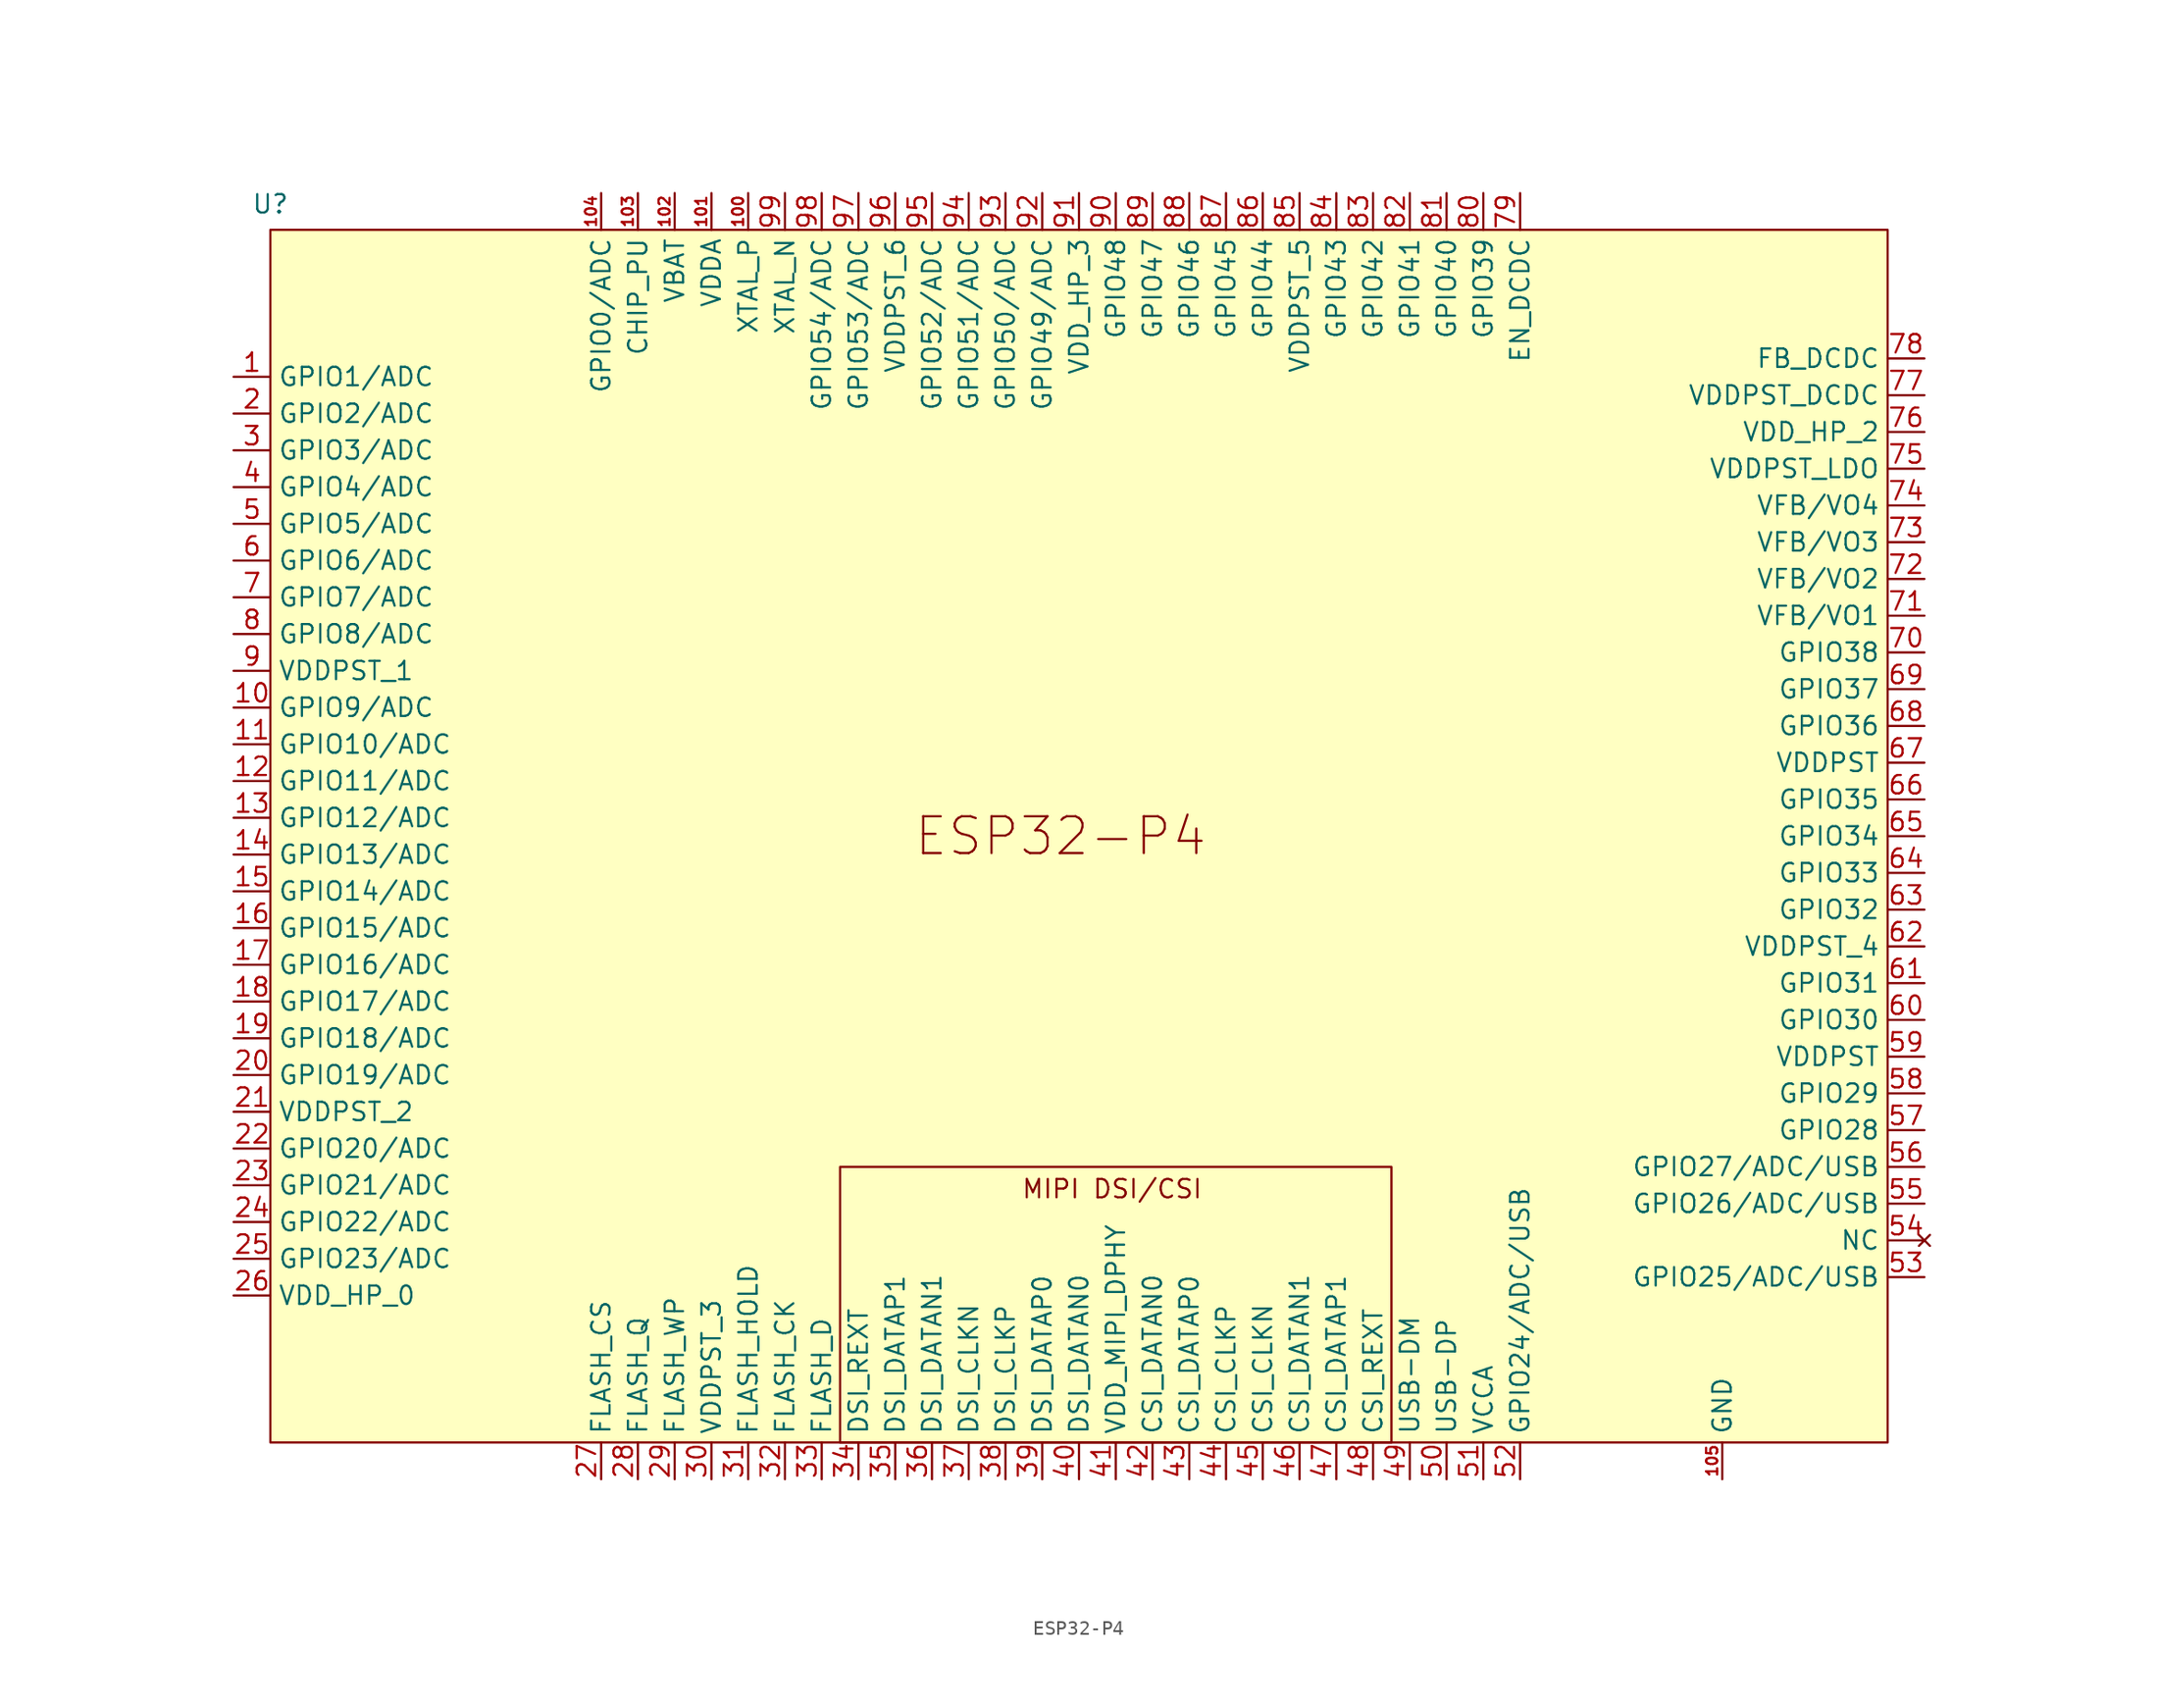
<source format=kicad_sym>
(kicad_symbol_lib
  (version 20231120)
  (generator "kicad_symbol_editor")
  (generator_version "8.0")
  (symbol "ESP32-P4"
    (property "Reference" "U"
      (at -54.61 43.688 0)
      (effects (font (size 1.27 1.27))))
    (property "Value" ""
      (at -54.61 -41.91 0)
      (effects (font (size 1.27 1.27))))
    (symbol "ESP32-P4_1_0"
      (pin bidirectional line (at -57.15 8.89 0) (length 2.54) (name "GPIO9/ADC" (effects (font (size 1.27 1.27)))) (number "10" (effects (font (size 1.27 1.27)))))
      (pin bidirectional line (at -21.59 44.45 270) (length 2.54) (name "XTAL_P" (effects (font (size 1.27 1.27)))) (number "100" (effects (font (size 0.762 0.762)))))
      (pin bidirectional line (at -24.13 44.45 270) (length 2.54) (name "VDDA" (effects (font (size 1.27 1.27)))) (number "101" (effects (font (size 0.762 0.762)))))
      (pin bidirectional line (at -26.67 44.45 270) (length 2.54) (name "VBAT" (effects (font (size 1.27 1.27)))) (number "102" (effects (font (size 0.762 0.762)))))
      (pin input line (at -29.21 44.45 270) (length 2.54) (name "CHIP_PU" (effects (font (size 1.27 1.27)))) (number "103" (effects (font (size 0.762 0.762)))))
      (pin bidirectional line (at -31.75 44.45 270) (length 2.54) (name "GPIO0/ADC" (effects (font (size 1.27 1.27)))) (number "104" (effects (font (size 0.762 0.762)))))
      (pin power_in line (at 45.72 -44.45 90) (length 2.54) (name "GND" (effects (font (size 1.27 1.27)))) (number "105" (effects (font (size 0.762 0.762)))))
      (pin bidirectional line (at -57.15 6.35 0) (length 2.54) (name "GPIO10/ADC" (effects (font (size 1.27 1.27)))) (number "11" (effects (font (size 1.27 1.27)))))
      (pin bidirectional line (at -57.15 3.81 0) (length 2.54) (name "GPIO11/ADC" (effects (font (size 1.27 1.27)))) (number "12" (effects (font (size 1.27 1.27)))))
      (pin bidirectional line (at -57.15 1.27 0) (length 2.54) (name "GPIO12/ADC" (effects (font (size 1.27 1.27)))) (number "13" (effects (font (size 1.27 1.27)))))
      (pin bidirectional line (at -57.15 -1.27 0) (length 2.54) (name "GPIO13/ADC" (effects (font (size 1.27 1.27)))) (number "14" (effects (font (size 1.27 1.27)))))
      (pin bidirectional line (at -57.15 -3.81 0) (length 2.54) (name "GPIO14/ADC" (effects (font (size 1.27 1.27)))) (number "15" (effects (font (size 1.27 1.27)))))
      (pin bidirectional line (at -57.15 -6.35 0) (length 2.54) (name "GPIO15/ADC" (effects (font (size 1.27 1.27)))) (number "16" (effects (font (size 1.27 1.27)))))
      (pin bidirectional line (at -57.15 -8.89 0) (length 2.54) (name "GPIO16/ADC" (effects (font (size 1.27 1.27)))) (number "17" (effects (font (size 1.27 1.27)))))
      (pin bidirectional line (at -57.15 -11.43 0) (length 2.54) (name "GPIO17/ADC" (effects (font (size 1.27 1.27)))) (number "18" (effects (font (size 1.27 1.27)))))
      (pin bidirectional line (at -57.15 -13.97 0) (length 2.54) (name "GPIO18/ADC" (effects (font (size 1.27 1.27)))) (number "19" (effects (font (size 1.27 1.27)))))
      (pin bidirectional line (at -57.15 -16.51 0) (length 2.54) (name "GPIO19/ADC" (effects (font (size 1.27 1.27)))) (number "20" (effects (font (size 1.27 1.27)))))
      (pin power_in line (at -57.15 -19.05 0) (length 2.54) (name "VDDPST_2" (effects (font (size 1.27 1.27)))) (number "21" (effects (font (size 1.27 1.27)))))
      (pin bidirectional line (at -57.15 -21.59 0) (length 2.54) (name "GPIO20/ADC" (effects (font (size 1.27 1.27)))) (number "22" (effects (font (size 1.27 1.27)))))
      (pin bidirectional line (at -57.15 -24.13 0) (length 2.54) (name "GPIO21/ADC" (effects (font (size 1.27 1.27)))) (number "23" (effects (font (size 1.27 1.27)))))
      (pin bidirectional line (at -57.15 -26.67 0) (length 2.54) (name "GPIO22/ADC" (effects (font (size 1.27 1.27)))) (number "24" (effects (font (size 1.27 1.27)))))
      (pin bidirectional line (at -57.15 -29.21 0) (length 2.54) (name "GPIO23/ADC" (effects (font (size 1.27 1.27)))) (number "25" (effects (font (size 1.27 1.27)))))
      (pin power_in line (at -57.15 -31.75 0) (length 2.54) (name "VDD_HP_0" (effects (font (size 1.27 1.27)))) (number "26" (effects (font (size 1.27 1.27)))))
      (pin bidirectional line (at -31.75 -44.45 90) (length 2.54) (name "FLASH_CS" (effects (font (size 1.27 1.27)))) (number "27" (effects (font (size 1.27 1.27)))))
      (pin bidirectional line (at -29.21 -44.45 90) (length 2.54) (name "FLASH_Q" (effects (font (size 1.27 1.27)))) (number "28" (effects (font (size 1.27 1.27)))))
      (pin bidirectional line (at -26.67 -44.45 90) (length 2.54) (name "FLASH_WP" (effects (font (size 1.27 1.27)))) (number "29" (effects (font (size 1.27 1.27)))))
      (pin power_in line (at -24.13 -44.45 90) (length 2.54) (name "VDDPST_3" (effects (font (size 1.27 1.27)))) (number "30" (effects (font (size 1.27 1.27)))))
      (pin bidirectional line (at -21.59 -44.45 90) (length 2.54) (name "FLASH_HOLD" (effects (font (size 1.27 1.27)))) (number "31" (effects (font (size 1.27 1.27)))))
      (pin bidirectional line (at -19.05 -44.45 90) (length 2.54) (name "FLASH_CK" (effects (font (size 1.27 1.27)))) (number "32" (effects (font (size 1.27 1.27)))))
      (pin bidirectional line (at -16.51 -44.45 90) (length 2.54) (name "FLASH_D" (effects (font (size 1.27 1.27)))) (number "33" (effects (font (size 1.27 1.27)))))
      (pin bidirectional line (at -13.97 -44.45 90) (length 2.54) (name "DSI_REXT" (effects (font (size 1.27 1.27)))) (number "34" (effects (font (size 1.27 1.27)))))
      (pin bidirectional line (at -11.43 -44.45 90) (length 2.54) (name "DSI_DATAP1" (effects (font (size 1.27 1.27)))) (number "35" (effects (font (size 1.27 1.27)))))
      (pin bidirectional line (at -8.89 -44.45 90) (length 2.54) (name "DSI_DATAN1" (effects (font (size 1.27 1.27)))) (number "36" (effects (font (size 1.27 1.27)))))
      (pin bidirectional line (at -6.35 -44.45 90) (length 2.54) (name "DSI_CLKN" (effects (font (size 1.27 1.27)))) (number "37" (effects (font (size 1.27 1.27)))))
      (pin bidirectional line (at -3.81 -44.45 90) (length 2.54) (name "DSI_CLKP" (effects (font (size 1.27 1.27)))) (number "38" (effects (font (size 1.27 1.27)))))
      (pin bidirectional line (at -1.27 -44.45 90) (length 2.54) (name "DSI_DATAP0" (effects (font (size 1.27 1.27)))) (number "39" (effects (font (size 1.27 1.27)))))
      (pin bidirectional line (at 1.27 -44.45 90) (length 2.54) (name "DSI_DATAN0" (effects (font (size 1.27 1.27)))) (number "40" (effects (font (size 1.27 1.27)))))
      (pin power_in line (at 3.81 -44.45 90) (length 2.54) (name "VDD_MIPI_DPHY" (effects (font (size 1.27 1.27)))) (number "41" (effects (font (size 1.27 1.27)))))
      (pin bidirectional line (at 6.35 -44.45 90) (length 2.54) (name "CSI_DATAN0" (effects (font (size 1.27 1.27)))) (number "42" (effects (font (size 1.27 1.27)))))
      (pin bidirectional line (at 8.89 -44.45 90) (length 2.54) (name "CSI_DATAP0" (effects (font (size 1.27 1.27)))) (number "43" (effects (font (size 1.27 1.27)))))
      (pin bidirectional line (at 11.43 -44.45 90) (length 2.54) (name "CSI_CLKP" (effects (font (size 1.27 1.27)))) (number "44" (effects (font (size 1.27 1.27)))))
      (pin bidirectional line (at 13.97 -44.45 90) (length 2.54) (name "CSI_CLKN" (effects (font (size 1.27 1.27)))) (number "45" (effects (font (size 1.27 1.27)))))
      (pin bidirectional line (at 16.51 -44.45 90) (length 2.54) (name "CSI_DATAN1" (effects (font (size 1.27 1.27)))) (number "46" (effects (font (size 1.27 1.27)))))
      (pin bidirectional line (at 19.05 -44.45 90) (length 2.54) (name "CSI_DATAP1" (effects (font (size 1.27 1.27)))) (number "47" (effects (font (size 1.27 1.27)))))
      (pin bidirectional line (at 21.59 -44.45 90) (length 2.54) (name "CSI_REXT" (effects (font (size 1.27 1.27)))) (number "48" (effects (font (size 1.27 1.27)))))
      (pin bidirectional line (at 24.13 -44.45 90) (length 2.54) (name "USB-DM" (effects (font (size 1.27 1.27)))) (number "49" (effects (font (size 1.27 1.27)))))
      (pin bidirectional line (at 26.67 -44.45 90) (length 2.54) (name "USB-DP" (effects (font (size 1.27 1.27)))) (number "50" (effects (font (size 1.27 1.27)))))
      (pin power_in line (at 29.21 -44.45 90) (length 2.54) (name "VCCA" (effects (font (size 1.27 1.27)))) (number "51" (effects (font (size 1.27 1.27)))))
      (pin bidirectional line (at 31.75 -44.45 90) (length 2.54) (name "GPIO24/ADC/USB" (effects (font (size 1.27 1.27)))) (number "52" (effects (font (size 1.27 1.27)))))
      (pin bidirectional line (at 59.69 -30.48 180) (length 2.54) (name "GPIO25/ADC/USB" (effects (font (size 1.27 1.27)))) (number "53" (effects (font (size 1.27 1.27)))))
      (pin no_connect line (at 59.69 -27.94 180) (length 2.54) (name "NC" (effects (font (size 1.27 1.27)))) (number "54" (effects (font (size 1.27 1.27)))))
      (pin bidirectional line (at 59.69 -25.4 180) (length 2.54) (name "GPIO26/ADC/USB" (effects (font (size 1.27 1.27)))) (number "55" (effects (font (size 1.27 1.27)))))
      (pin bidirectional line (at 59.69 -22.86 180) (length 2.54) (name "GPIO27/ADC/USB" (effects (font (size 1.27 1.27)))) (number "56" (effects (font (size 1.27 1.27)))))
      (pin bidirectional line (at 59.69 -20.32 180) (length 2.54) (name "GPIO28" (effects (font (size 1.27 1.27)))) (number "57" (effects (font (size 1.27 1.27)))))
      (pin bidirectional line (at 59.69 -17.78 180) (length 2.54) (name "GPIO29" (effects (font (size 1.27 1.27)))) (number "58" (effects (font (size 1.27 1.27)))))
      (pin power_in line (at 59.69 -15.24 180) (length 2.54) (name "VDDPST" (effects (font (size 1.27 1.27)))) (number "59" (effects (font (size 1.27 1.27)))))
      (pin bidirectional line (at 59.69 -12.7 180) (length 2.54) (name "GPIO30" (effects (font (size 1.27 1.27)))) (number "60" (effects (font (size 1.27 1.27)))))
      (pin bidirectional line (at 59.69 -10.16 180) (length 2.54) (name "GPIO31" (effects (font (size 1.27 1.27)))) (number "61" (effects (font (size 1.27 1.27)))))
      (pin power_in line (at 59.69 -7.62 180) (length 2.54) (name "VDDPST_4" (effects (font (size 1.27 1.27)))) (number "62" (effects (font (size 1.27 1.27)))))
      (pin bidirectional line (at 59.69 -5.08 180) (length 2.54) (name "GPIO32" (effects (font (size 1.27 1.27)))) (number "63" (effects (font (size 1.27 1.27)))))
      (pin bidirectional line (at 59.69 -2.54 180) (length 2.54) (name "GPIO33" (effects (font (size 1.27 1.27)))) (number "64" (effects (font (size 1.27 1.27)))))
      (pin bidirectional line (at 59.69 0 180) (length 2.54) (name "GPIO34" (effects (font (size 1.27 1.27)))) (number "65" (effects (font (size 1.27 1.27)))))
      (pin bidirectional line (at 59.69 2.54 180) (length 2.54) (name "GPIO35" (effects (font (size 1.27 1.27)))) (number "66" (effects (font (size 1.27 1.27)))))
      (pin power_in line (at 59.69 5.08 180) (length 2.54) (name "VDDPST" (effects (font (size 1.27 1.27)))) (number "67" (effects (font (size 1.27 1.27)))))
      (pin bidirectional line (at 59.69 7.62 180) (length 2.54) (name "GPIO36" (effects (font (size 1.27 1.27)))) (number "68" (effects (font (size 1.27 1.27)))))
      (pin bidirectional line (at 59.69 10.16 180) (length 2.54) (name "GPIO37" (effects (font (size 1.27 1.27)))) (number "69" (effects (font (size 1.27 1.27)))))
      (pin bidirectional line (at 59.69 12.7 180) (length 2.54) (name "GPIO38" (effects (font (size 1.27 1.27)))) (number "70" (effects (font (size 1.27 1.27)))))
      (pin power_in line (at 59.69 15.24 180) (length 2.54) (name "VFB/VO1" (effects (font (size 1.27 1.27)))) (number "71" (effects (font (size 1.27 1.27)))))
      (pin power_in line (at 59.69 17.78 180) (length 2.54) (name "VFB/VO2" (effects (font (size 1.27 1.27)))) (number "72" (effects (font (size 1.27 1.27)))))
      (pin power_in line (at 59.69 20.32 180) (length 2.54) (name "VFB/VO3" (effects (font (size 1.27 1.27)))) (number "73" (effects (font (size 1.27 1.27)))))
      (pin power_in line (at 59.69 22.86 180) (length 2.54) (name "VFB/VO4" (effects (font (size 1.27 1.27)))) (number "74" (effects (font (size 1.27 1.27)))))
      (pin power_in line (at 59.69 25.4 180) (length 2.54) (name "VDDPST_LDO" (effects (font (size 1.27 1.27)))) (number "75" (effects (font (size 1.27 1.27)))))
      (pin power_in line (at 59.69 27.94 180) (length 2.54) (name "VDD_HP_2" (effects (font (size 1.27 1.27)))) (number "76" (effects (font (size 1.27 1.27)))))
      (pin power_in line (at 59.69 30.48 180) (length 2.54) (name "VDDPST_DCDC" (effects (font (size 1.27 1.27)))) (number "77" (effects (font (size 1.27 1.27)))))
      (pin bidirectional line (at 59.69 33.02 180) (length 2.54) (name "FB_DCDC" (effects (font (size 1.27 1.27)))) (number "78" (effects (font (size 1.27 1.27)))))
      (pin output line (at 31.75 44.45 270) (length 2.54) (name "EN_DCDC" (effects (font (size 1.27 1.27)))) (number "79" (effects (font (size 1.27 1.27)))))
      (pin bidirectional line (at 29.21 44.45 270) (length 2.54) (name "GPIO39" (effects (font (size 1.27 1.27)))) (number "80" (effects (font (size 1.27 1.27)))))
      (pin bidirectional line (at 26.67 44.45 270) (length 2.54) (name "GPIO40" (effects (font (size 1.27 1.27)))) (number "81" (effects (font (size 1.27 1.27)))))
      (pin bidirectional line (at 24.13 44.45 270) (length 2.54) (name "GPIO41" (effects (font (size 1.27 1.27)))) (number "82" (effects (font (size 1.27 1.27)))))
      (pin bidirectional line (at 21.59 44.45 270) (length 2.54) (name "GPIO42" (effects (font (size 1.27 1.27)))) (number "83" (effects (font (size 1.27 1.27)))))
      (pin bidirectional line (at 19.05 44.45 270) (length 2.54) (name "GPIO43" (effects (font (size 1.27 1.27)))) (number "84" (effects (font (size 1.27 1.27)))))
      (pin power_in line (at 16.51 44.45 270) (length 2.54) (name "VDDPST_5" (effects (font (size 1.27 1.27)))) (number "85" (effects (font (size 1.27 1.27)))))
      (pin bidirectional line (at 13.97 44.45 270) (length 2.54) (name "GPIO44" (effects (font (size 1.27 1.27)))) (number "86" (effects (font (size 1.27 1.27)))))
      (pin bidirectional line (at 11.43 44.45 270) (length 2.54) (name "GPIO45" (effects (font (size 1.27 1.27)))) (number "87" (effects (font (size 1.27 1.27)))))
      (pin bidirectional line (at 8.89 44.45 270) (length 2.54) (name "GPIO46" (effects (font (size 1.27 1.27)))) (number "88" (effects (font (size 1.27 1.27)))))
      (pin bidirectional line (at 6.35 44.45 270) (length 2.54) (name "GPIO47" (effects (font (size 1.27 1.27)))) (number "89" (effects (font (size 1.27 1.27)))))
      (pin bidirectional line (at 3.81 44.45 270) (length 2.54) (name "GPIO48" (effects (font (size 1.27 1.27)))) (number "90" (effects (font (size 1.27 1.27)))))
      (pin power_in line (at 1.27 44.45 270) (length 2.54) (name "VDD_HP_3" (effects (font (size 1.27 1.27)))) (number "91" (effects (font (size 1.27 1.27)))))
      (pin bidirectional line (at -1.27 44.45 270) (length 2.54) (name "GPIO49/ADC" (effects (font (size 1.27 1.27)))) (number "92" (effects (font (size 1.27 1.27)))))
      (pin bidirectional line (at -3.81 44.45 270) (length 2.54) (name "GPIO50/ADC" (effects (font (size 1.27 1.27)))) (number "93" (effects (font (size 1.27 1.27)))))
      (pin bidirectional line (at -6.35 44.45 270) (length 2.54) (name "GPIO51/ADC" (effects (font (size 1.27 1.27)))) (number "94" (effects (font (size 1.27 1.27)))))
      (pin bidirectional line (at -8.89 44.45 270) (length 2.54) (name "GPIO52/ADC" (effects (font (size 1.27 1.27)))) (number "95" (effects (font (size 1.27 1.27)))))
      (pin power_in line (at -11.43 44.45 270) (length 2.54) (name "VDDPST_6" (effects (font (size 1.27 1.27)))) (number "96" (effects (font (size 1.27 1.27)))))
      (pin bidirectional line (at -13.97 44.45 270) (length 2.54) (name "GPIO53/ADC" (effects (font (size 1.27 1.27)))) (number "97" (effects (font (size 1.27 1.27)))))
      (pin bidirectional line (at -16.51 44.45 270) (length 2.54) (name "GPIO54/ADC" (effects (font (size 1.27 1.27)))) (number "98" (effects (font (size 1.27 1.27)))))
      (pin bidirectional line (at -19.05 44.45 270) (length 2.54) (name "XTAL_N" (effects (font (size 1.27 1.27)))) (number "99" (effects (font (size 1.27 1.27))))))
    (symbol "ESP32-P4_1_1"
      (rectangle (start -54.61 41.91) (end 57.15 -41.91) (stroke (width 0) (type default)) (fill (type background)))
      (rectangle (start -15.24 -22.86) (end 22.86 -41.91) (stroke (width 0) (type default)) (fill (type none)))
      (text "ESP32-P4" (at 0 0 0) (effects (font (size 2.54 2.54))))
      (text "MIPI DSI/CSI" (at 3.556 -24.384 0) (effects (font (size 1.27 1.27))))
      (pin bidirectional line (at -57.15 31.75 0) (length 2.54) (name "GPIO1/ADC" (effects (font (size 1.27 1.27)))) (number "1" (effects (font (size 1.27 1.27)))))
      (pin bidirectional line (at -57.15 29.21 0) (length 2.54) (name "GPIO2/ADC" (effects (font (size 1.27 1.27)))) (number "2" (effects (font (size 1.27 1.27)))))
      (pin bidirectional line (at -57.15 26.67 0) (length 2.54) (name "GPIO3/ADC" (effects (font (size 1.27 1.27)))) (number "3" (effects (font (size 1.27 1.27)))))
      (pin bidirectional line (at -57.15 24.13 0) (length 2.54) (name "GPIO4/ADC" (effects (font (size 1.27 1.27)))) (number "4" (effects (font (size 1.27 1.27)))))
      (pin bidirectional line (at -57.15 21.59 0) (length 2.54) (name "GPIO5/ADC" (effects (font (size 1.27 1.27)))) (number "5" (effects (font (size 1.27 1.27)))))
      (pin bidirectional line (at -57.15 19.05 0) (length 2.54) (name "GPIO6/ADC" (effects (font (size 1.27 1.27)))) (number "6" (effects (font (size 1.27 1.27)))))
      (pin bidirectional line (at -57.15 16.51 0) (length 2.54) (name "GPIO7/ADC" (effects (font (size 1.27 1.27)))) (number "7" (effects (font (size 1.27 1.27)))))
      (pin bidirectional line (at -57.15 13.97 0) (length 2.54) (name "GPIO8/ADC" (effects (font (size 1.27 1.27)))) (number "8" (effects (font (size 1.27 1.27)))))
      (pin power_in line (at -57.15 11.43 0) (length 2.54) (name "VDDPST_1" (effects (font (size 1.27 1.27)))) (number "9" (effects (font (size 1.27 1.27))))))))
</source>
